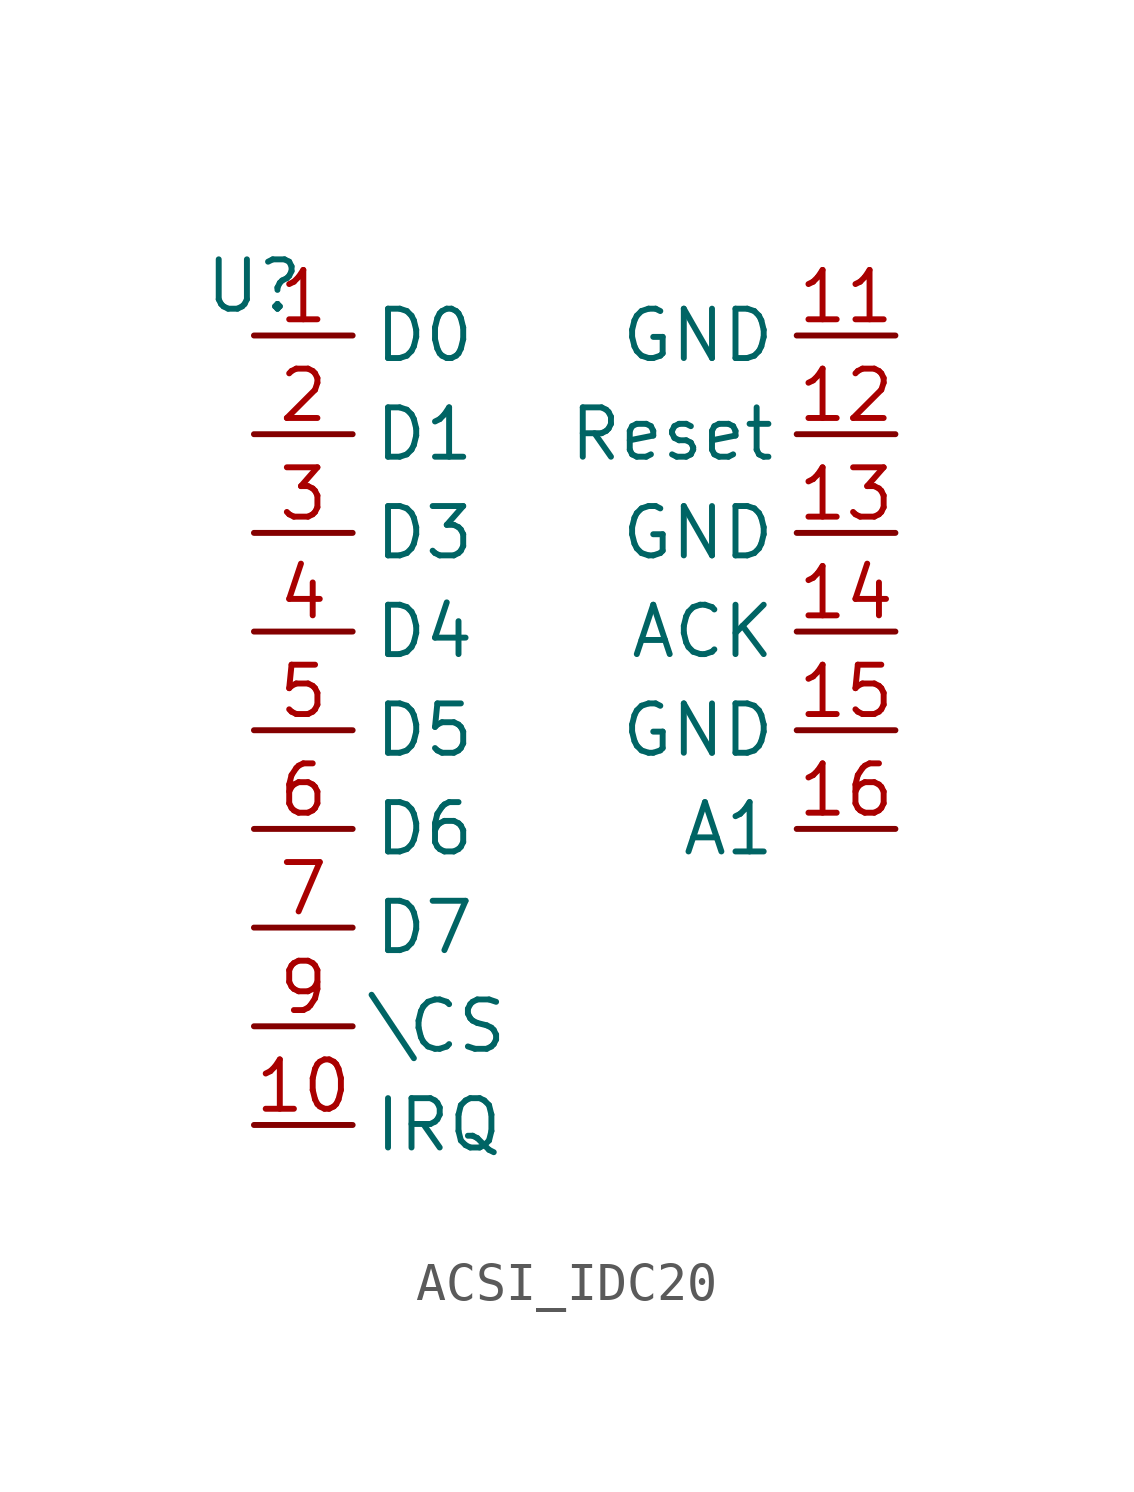
<source format=kicad_sym>
(kicad_symbol_lib
  (version 20231120)
  (generator "kicad_symbol_editor")
  (generator_version "8.0")
  (symbol "ACSI_IDC20"
    (property "Reference" "U"
      (at 0 0 0)
      (effects (font (size 1.27 1.27))))
    (property "Value" ""
      (at 0 0 0)
      (effects (font (size 1.27 1.27))))
    (symbol "ACSI_IDC20_1_1"
      (pin bidirectional line (at 0 -1.27 0) (length 2.54) (name "D0" (effects (font (size 1.27 1.27)))) (number "1" (effects (font (size 1.27 1.27)))))
      (pin output line (at 0 -21.59 0) (length 2.54) (name "IRQ" (effects (font (size 1.27 1.27)))) (number "10" (effects (font (size 1.27 1.27)))))
      (pin passive line (at 16.51 -1.27 180) (length 2.54) (name "GND" (effects (font (size 1.27 1.27)))) (number "11" (effects (font (size 1.27 1.27)))))
      (pin output line (at 16.51 -3.81 180) (length 2.54) (name "Reset" (effects (font (size 1.27 1.27)))) (number "12" (effects (font (size 1.27 1.27)))))
      (pin passive line (at 16.51 -6.35 180) (length 2.54) (name "GND" (effects (font (size 1.27 1.27)))) (number "13" (effects (font (size 1.27 1.27)))))
      (pin output line (at 16.51 -8.89 180) (length 2.54) (name "ACK" (effects (font (size 1.27 1.27)))) (number "14" (effects (font (size 1.27 1.27)))))
      (pin passive line (at 16.51 -11.43 180) (length 2.54) (name "GND" (effects (font (size 1.27 1.27)))) (number "15" (effects (font (size 1.27 1.27)))))
      (pin output line (at 16.51 -13.97 180) (length 2.54) (name "A1" (effects (font (size 1.27 1.27)))) (number "16" (effects (font (size 1.27 1.27)))))
      (pin bidirectional line (at 0 -3.81 0) (length 2.54) (name "D1" (effects (font (size 1.27 1.27)))) (number "2" (effects (font (size 1.27 1.27)))))
      (pin bidirectional line (at 0 -6.35 0) (length 2.54) (name "D3" (effects (font (size 1.27 1.27)))) (number "3" (effects (font (size 1.27 1.27)))))
      (pin bidirectional line (at 0 -8.89 0) (length 2.54) (name "D4" (effects (font (size 1.27 1.27)))) (number "4" (effects (font (size 1.27 1.27)))))
      (pin bidirectional line (at 0 -11.43 0) (length 2.54) (name "D5" (effects (font (size 1.27 1.27)))) (number "5" (effects (font (size 1.27 1.27)))))
      (pin bidirectional line (at 0 -13.97 0) (length 2.54) (name "D6" (effects (font (size 1.27 1.27)))) (number "6" (effects (font (size 1.27 1.27)))))
      (pin bidirectional line (at 0 -16.51 0) (length 2.54) (name "D7" (effects (font (size 1.27 1.27)))) (number "7" (effects (font (size 1.27 1.27)))))
      (pin output line (at 0 -19.05 0) (length 2.54) (name "\\CS" (effects (font (size 1.27 1.27)))) (number "9" (effects (font (size 1.27 1.27))))))))
</source>
